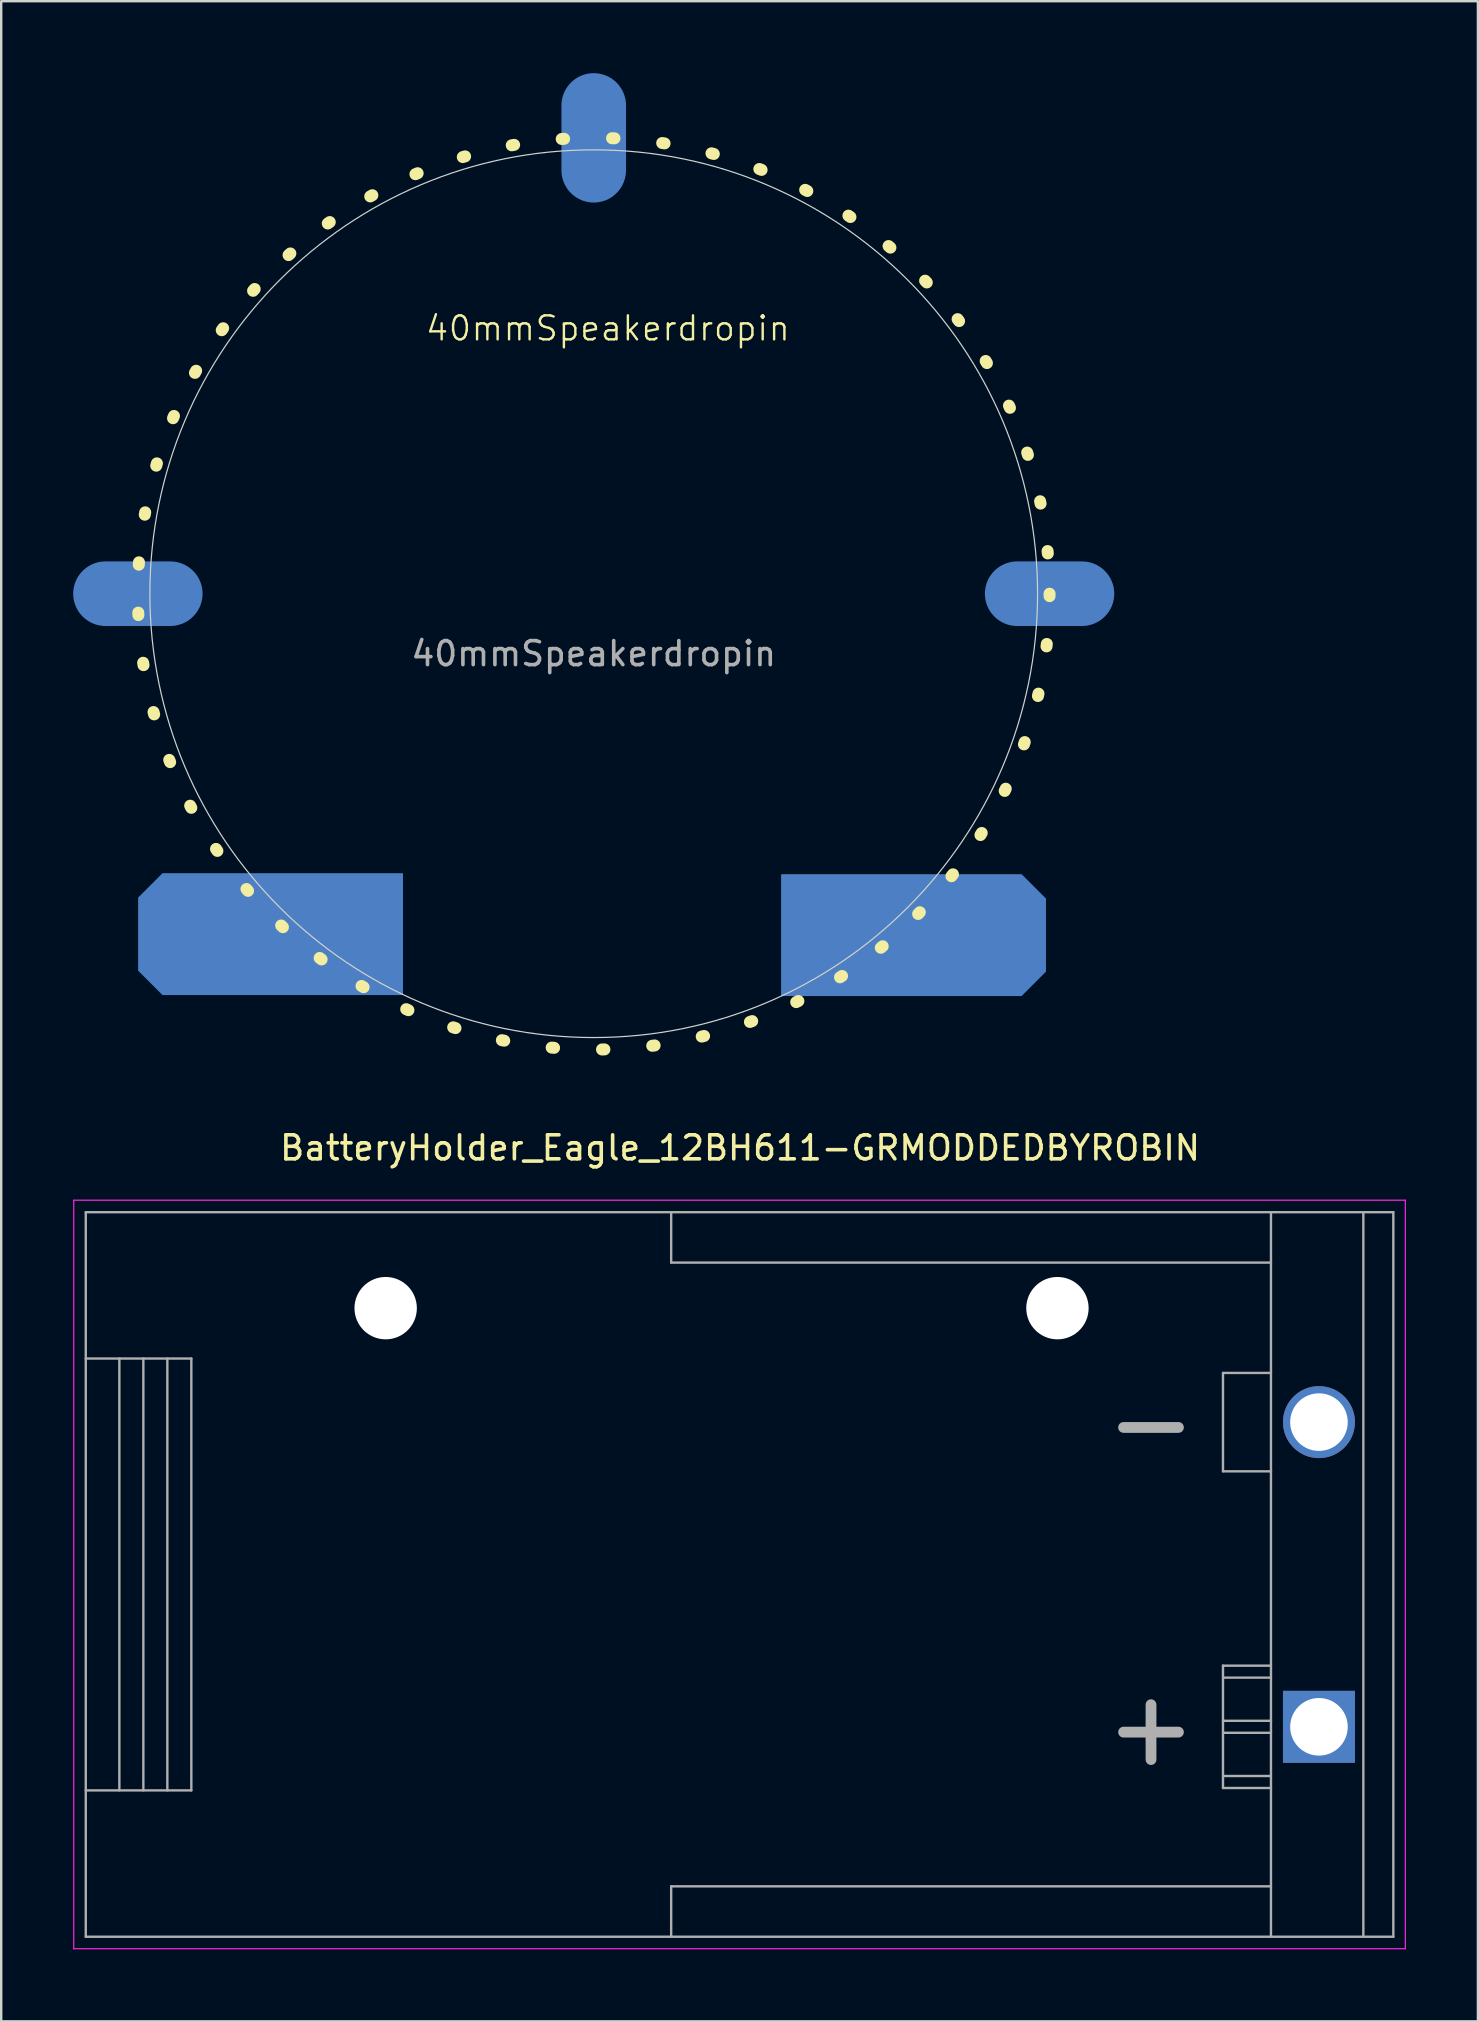
<source format=kicad_pcb>
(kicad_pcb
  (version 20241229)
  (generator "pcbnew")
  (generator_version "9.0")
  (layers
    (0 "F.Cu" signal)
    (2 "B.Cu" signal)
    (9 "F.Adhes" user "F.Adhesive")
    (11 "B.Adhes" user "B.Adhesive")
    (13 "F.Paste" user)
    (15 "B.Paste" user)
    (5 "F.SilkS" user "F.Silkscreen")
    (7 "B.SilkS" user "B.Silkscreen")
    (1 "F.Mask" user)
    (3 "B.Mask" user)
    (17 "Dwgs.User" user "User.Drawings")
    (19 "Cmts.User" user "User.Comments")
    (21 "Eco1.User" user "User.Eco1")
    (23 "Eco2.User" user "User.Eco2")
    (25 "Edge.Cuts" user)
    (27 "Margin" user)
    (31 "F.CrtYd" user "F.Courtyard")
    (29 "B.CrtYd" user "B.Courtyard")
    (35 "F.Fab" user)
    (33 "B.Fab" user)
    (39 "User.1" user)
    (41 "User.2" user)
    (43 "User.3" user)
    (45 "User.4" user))
  (footprint "BatteryHolder_Eagle_12BH611-GRMODDEDBYROBIN"
    (layer "F.Cu")
    (at 51.925 68.925)
    (property "Reference" "BatteryHolder_Eagle_12BH611-GRMODDEDBYROBIN" (at -24.13 -24.13 0) (layer "F.SilkS") (effects (font (size 1 1) (thickness 0.15))))
    (attr through_hole)
    (fp_line (start -51.9 -21.95) (end 3.6 -21.95) (stroke (width 0.05) (type solid)) (layer "F.CrtYd"))
    (fp_line (start -51.9 9.25) (end -51.9 -21.95) (stroke (width 0.05) (type solid)) (layer "F.CrtYd"))
    (fp_line (start 3.6 -21.95) (end 3.6 9.25) (stroke (width 0.05) (type solid)) (layer "F.CrtYd"))
    (fp_line (start 3.6 9.25) (end -51.9 9.25) (stroke (width 0.05) (type solid)) (layer "F.CrtYd"))
    (fp_line (start -51.4 -21.45) (end 3.1 -21.45) (stroke (width 0.1) (type solid)) (layer "F.Fab"))
    (fp_line (start -51.4 -15.35) (end -47 -15.35) (stroke (width 0.1) (type solid)) (layer "F.Fab"))
    (fp_line (start -51.4 2.65) (end -47 2.65) (stroke (width 0.1) (type solid)) (layer "F.Fab"))
    (fp_line (start -51.4 8.75) (end -51.4 -21.45) (stroke (width 0.1) (type solid)) (layer "F.Fab"))
    (fp_line (start -50 2.65) (end -50 -15.35) (stroke (width 0.1) (type solid)) (layer "F.Fab"))
    (fp_line (start -49 2.65) (end -49 -15.35) (stroke (width 0.1) (type solid)) (layer "F.Fab"))
    (fp_line (start -48 2.65) (end -48 -15.35) (stroke (width 0.1) (type solid)) (layer "F.Fab"))
    (fp_line (start -47 2.65) (end -47 -15.35) (stroke (width 0.1) (type solid)) (layer "F.Fab"))
    (fp_line (start -27 -19.35) (end -27 -21.45) (stroke (width 0.1) (type solid)) (layer "F.Fab"))
    (fp_line (start -27 6.65) (end -27 8.75) (stroke (width 0.1) (type solid)) (layer "F.Fab"))
    (fp_line (start -4 -14.75) (end -4 -10.65) (stroke (width 0.1) (type solid)) (layer "F.Fab"))
    (fp_line (start -4 -10.65) (end -2 -10.65) (stroke (width 0.1) (type solid)) (layer "F.Fab"))
    (fp_line (start -4 -2.55) (end -4 2.55) (stroke (width 0.1) (type solid)) (layer "F.Fab"))
    (fp_line (start -4 -2.05) (end -2 -2.05) (stroke (width 0.1) (type solid)) (layer "F.Fab"))
    (fp_line (start -4 0.25) (end -2 0.25) (stroke (width 0.1) (type solid)) (layer "F.Fab"))
    (fp_line (start -4 2.55) (end -2 2.55) (stroke (width 0.1) (type solid)) (layer "F.Fab"))
    (fp_line (start -2 -21.45) (end -2 8.75) (stroke (width 0.1) (type solid)) (layer "F.Fab"))
    (fp_line (start -2 -19.35) (end -27 -19.35) (stroke (width 0.1) (type solid)) (layer "F.Fab"))
    (fp_line (start -2 -14.75) (end -4 -14.75) (stroke (width 0.1) (type solid)) (layer "F.Fab"))
    (fp_line (start -2 -2.55) (end -4 -2.55) (stroke (width 0.1) (type solid)) (layer "F.Fab"))
    (fp_line (start -2 -0.25) (end -4 -0.25) (stroke (width 0.1) (type solid)) (layer "F.Fab"))
    (fp_line (start -2 2.05) (end -4 2.05) (stroke (width 0.1) (type solid)) (layer "F.Fab"))
    (fp_line (start -2 6.65) (end -27 6.65) (stroke (width 0.1) (type solid)) (layer "F.Fab"))
    (fp_line (start 1.85 8.75) (end 1.85 -21.45) (stroke (width 0.1) (type solid)) (layer "F.Fab"))
    (fp_line (start 3.1 -21.45) (end 3.1 8.75) (stroke (width 0.1) (type solid)) (layer "F.Fab"))
    (fp_line (start 3.1 8.75) (end -51.4 8.75) (stroke (width 0.1) (type solid)) (layer "F.Fab"))
    (fp_text user "+" (at -7 0 0) (layer "F.Fab") (effects (font (size 3 3) (thickness 0.45))))
    (fp_text user "-" (at -7 -12.7 0) (layer "F.Fab") (effects (font (size 3 3) (thickness 0.45))))
    (pad "" np_thru_hole circle (at -38.9 -17.45) (size 2.6 2.6) (drill 2.6) (layers "*.Cu" "*.Mask"))
    (pad "" np_thru_hole circle (at -10.9 -17.45) (size 2.6 2.6) (drill 2.6) (layers "*.Cu" "*.Mask"))
    (pad "1" thru_hole rect (at 0 0) (size 3 3) (drill 2.4) (layers "*.Cu" "*.Mask"))
    (pad "2" thru_hole circle (at 0 -12.7) (size 3 3) (drill 2.4) (layers "*.Cu" "*.Mask")))
  (footprint "40mmSpeakerdropin"
    (layer "F.Cu")
    (at 21.727 21.686)
    (property "Reference" "40mmSpeakerdropin" (at 0.56 -11.05 0) (unlocked yes) (layer "F.SilkS") (effects (font (size 1 1) (thickness 0.1))))
    (attr smd)
    (fp_circle (center -0.03 0.01) (end 18.97 0.01) (stroke (width 0.5) (type dot)) (fill no) (layer "F.SilkS"))
    (fp_circle (center -0.03 0.01) (end 18.47 0.01) (stroke (width 0.05) (type default)) (fill no) (layer "Edge.Cuts"))
    (fp_text user "${REFERENCE}" (at -0.03 2.51 0) (unlocked yes) (layer "F.Fab") (effects (font (size 1 1) (thickness 0.15))))
    (pad "1" smd roundrect (at -13.5 14.2 180) (size 11.04 5.08) (layers "B.Cu" "B.Mask" "B.Paste") (roundrect_rratio 0) (chamfer_ratio 0.2) (chamfer top_right bottom_right))
    (pad "2" smd roundrect (at 13.3 14.24) (size 11.04 5.08) (layers "B.Cu" "B.Mask" "B.Paste") (roundrect_rratio 0) (chamfer_ratio 0.2) (chamfer top_right bottom_right))
    (pad "3" smd oval (at -19.03 0.01 180) (size 5.393 2.692) (layers "B.Cu" "B.Mask" "B.Paste"))
    (pad "3" smd oval (at -0.03 -18.99 90) (size 5.393 2.692) (layers "B.Cu" "B.Mask" "B.Paste"))
    (pad "3" smd oval (at 18.97 0.01 180) (size 5.393 2.692) (layers "B.Cu" "B.Mask" "B.Paste")))
  (gr_rect
    (start -3 -3)
    (end 58.55 81.2)
    (stroke (width 0.1) (type default))
    (fill no)
    (layer "Edge.Cuts")))
</source>
